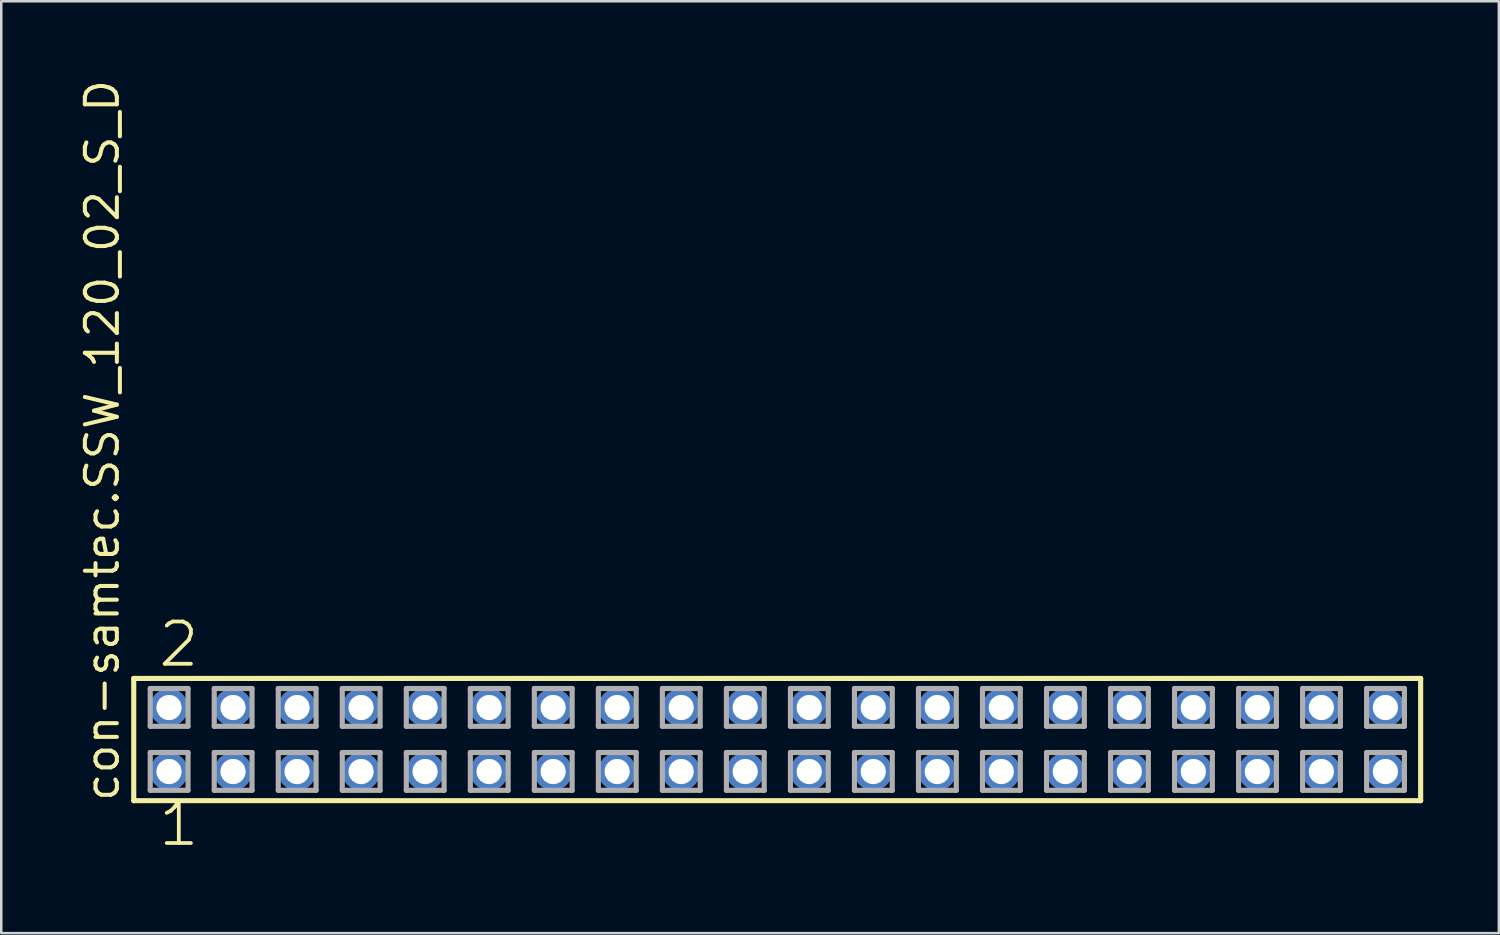
<source format=kicad_pcb>
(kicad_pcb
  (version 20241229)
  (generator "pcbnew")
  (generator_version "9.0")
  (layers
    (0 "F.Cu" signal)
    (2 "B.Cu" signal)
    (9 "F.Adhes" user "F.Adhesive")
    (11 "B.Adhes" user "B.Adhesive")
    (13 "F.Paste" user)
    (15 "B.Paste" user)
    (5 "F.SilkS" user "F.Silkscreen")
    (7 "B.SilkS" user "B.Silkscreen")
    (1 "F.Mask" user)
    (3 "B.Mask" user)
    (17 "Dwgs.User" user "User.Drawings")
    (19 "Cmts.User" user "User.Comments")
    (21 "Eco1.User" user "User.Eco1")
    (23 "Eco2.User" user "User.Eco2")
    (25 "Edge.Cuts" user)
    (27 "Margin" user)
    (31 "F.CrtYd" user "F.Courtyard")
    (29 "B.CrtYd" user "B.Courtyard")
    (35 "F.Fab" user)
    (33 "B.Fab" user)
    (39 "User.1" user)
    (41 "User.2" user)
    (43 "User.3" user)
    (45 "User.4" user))
  (footprint "con-samtec.SSW_120_02_S_D"
    (layer "F.Cu")
    (at 27.785 26.291)
    (property "Reference" "con-samtec.SSW_120_02_S_D" (at -26.035 2.54 90) (layer "F.SilkS") (effects (font (size 1.27 1.27) (thickness 0.16)) (justify left bottom)))
    (attr through_hole)
    (fp_line (start -25.529 -2.425) (end 25.529 -2.425) (stroke (width 0.203) (type default)) (layer "F.SilkS"))
    (fp_line (start -25.529 2.425) (end -25.529 -2.425) (stroke (width 0.203) (type default)) (layer "F.SilkS"))
    (fp_line (start 25.529 -2.425) (end 25.529 2.425) (stroke (width 0.203) (type default)) (layer "F.SilkS"))
    (fp_line (start 25.529 2.425) (end -25.529 2.425) (stroke (width 0.203) (type default)) (layer "F.SilkS"))
    (fp_line (start -24.875 -2.025) (end -23.375 -2.025) (stroke (width 0.203) (type default)) (layer "F.Fab"))
    (fp_line (start -24.875 -0.525) (end -24.875 -2.025) (stroke (width 0.203) (type default)) (layer "F.Fab"))
    (fp_line (start -24.875 0.515) (end -23.375 0.515) (stroke (width 0.203) (type default)) (layer "F.Fab"))
    (fp_line (start -24.875 2.015) (end -24.875 0.515) (stroke (width 0.203) (type default)) (layer "F.Fab"))
    (fp_line (start -23.375 -2.025) (end -23.375 -0.525) (stroke (width 0.203) (type default)) (layer "F.Fab"))
    (fp_line (start -23.375 -0.525) (end -24.875 -0.525) (stroke (width 0.203) (type default)) (layer "F.Fab"))
    (fp_line (start -23.375 0.515) (end -23.375 2.015) (stroke (width 0.203) (type default)) (layer "F.Fab"))
    (fp_line (start -23.375 2.015) (end -24.875 2.015) (stroke (width 0.203) (type default)) (layer "F.Fab"))
    (fp_line (start -22.335 -2.025) (end -20.835 -2.025) (stroke (width 0.203) (type default)) (layer "F.Fab"))
    (fp_line (start -22.335 -0.525) (end -22.335 -2.025) (stroke (width 0.203) (type default)) (layer "F.Fab"))
    (fp_line (start -22.335 0.515) (end -20.835 0.515) (stroke (width 0.203) (type default)) (layer "F.Fab"))
    (fp_line (start -22.335 2.015) (end -22.335 0.515) (stroke (width 0.203) (type default)) (layer "F.Fab"))
    (fp_line (start -20.835 -2.025) (end -20.835 -0.525) (stroke (width 0.203) (type default)) (layer "F.Fab"))
    (fp_line (start -20.835 -0.525) (end -22.335 -0.525) (stroke (width 0.203) (type default)) (layer "F.Fab"))
    (fp_line (start -20.835 0.515) (end -20.835 2.015) (stroke (width 0.203) (type default)) (layer "F.Fab"))
    (fp_line (start -20.835 2.015) (end -22.335 2.015) (stroke (width 0.203) (type default)) (layer "F.Fab"))
    (fp_line (start -19.795 -2.025) (end -18.295 -2.025) (stroke (width 0.203) (type default)) (layer "F.Fab"))
    (fp_line (start -19.795 -0.525) (end -19.795 -2.025) (stroke (width 0.203) (type default)) (layer "F.Fab"))
    (fp_line (start -19.795 0.515) (end -18.295 0.515) (stroke (width 0.203) (type default)) (layer "F.Fab"))
    (fp_line (start -19.795 2.015) (end -19.795 0.515) (stroke (width 0.203) (type default)) (layer "F.Fab"))
    (fp_line (start -18.295 -2.025) (end -18.295 -0.525) (stroke (width 0.203) (type default)) (layer "F.Fab"))
    (fp_line (start -18.295 -0.525) (end -19.795 -0.525) (stroke (width 0.203) (type default)) (layer "F.Fab"))
    (fp_line (start -18.295 0.515) (end -18.295 2.015) (stroke (width 0.203) (type default)) (layer "F.Fab"))
    (fp_line (start -18.295 2.015) (end -19.795 2.015) (stroke (width 0.203) (type default)) (layer "F.Fab"))
    (fp_line (start -17.255 -2.025) (end -15.755 -2.025) (stroke (width 0.203) (type default)) (layer "F.Fab"))
    (fp_line (start -17.255 -0.525) (end -17.255 -2.025) (stroke (width 0.203) (type default)) (layer "F.Fab"))
    (fp_line (start -17.255 0.515) (end -15.755 0.515) (stroke (width 0.203) (type default)) (layer "F.Fab"))
    (fp_line (start -17.255 2.015) (end -17.255 0.515) (stroke (width 0.203) (type default)) (layer "F.Fab"))
    (fp_line (start -15.755 -2.025) (end -15.755 -0.525) (stroke (width 0.203) (type default)) (layer "F.Fab"))
    (fp_line (start -15.755 -0.525) (end -17.255 -0.525) (stroke (width 0.203) (type default)) (layer "F.Fab"))
    (fp_line (start -15.755 0.515) (end -15.755 2.015) (stroke (width 0.203) (type default)) (layer "F.Fab"))
    (fp_line (start -15.755 2.015) (end -17.255 2.015) (stroke (width 0.203) (type default)) (layer "F.Fab"))
    (fp_line (start -14.715 -2.025) (end -13.215 -2.025) (stroke (width 0.203) (type default)) (layer "F.Fab"))
    (fp_line (start -14.715 -0.525) (end -14.715 -2.025) (stroke (width 0.203) (type default)) (layer "F.Fab"))
    (fp_line (start -14.715 0.515) (end -13.215 0.515) (stroke (width 0.203) (type default)) (layer "F.Fab"))
    (fp_line (start -14.715 2.015) (end -14.715 0.515) (stroke (width 0.203) (type default)) (layer "F.Fab"))
    (fp_line (start -13.215 -2.025) (end -13.215 -0.525) (stroke (width 0.203) (type default)) (layer "F.Fab"))
    (fp_line (start -13.215 -0.525) (end -14.715 -0.525) (stroke (width 0.203) (type default)) (layer "F.Fab"))
    (fp_line (start -13.215 0.515) (end -13.215 2.015) (stroke (width 0.203) (type default)) (layer "F.Fab"))
    (fp_line (start -13.215 2.015) (end -14.715 2.015) (stroke (width 0.203) (type default)) (layer "F.Fab"))
    (fp_line (start -12.175 -2.025) (end -10.675 -2.025) (stroke (width 0.203) (type default)) (layer "F.Fab"))
    (fp_line (start -12.175 -0.525) (end -12.175 -2.025) (stroke (width 0.203) (type default)) (layer "F.Fab"))
    (fp_line (start -12.175 0.515) (end -10.675 0.515) (stroke (width 0.203) (type default)) (layer "F.Fab"))
    (fp_line (start -12.175 2.015) (end -12.175 0.515) (stroke (width 0.203) (type default)) (layer "F.Fab"))
    (fp_line (start -10.675 -2.025) (end -10.675 -0.525) (stroke (width 0.203) (type default)) (layer "F.Fab"))
    (fp_line (start -10.675 -0.525) (end -12.175 -0.525) (stroke (width 0.203) (type default)) (layer "F.Fab"))
    (fp_line (start -10.675 0.515) (end -10.675 2.015) (stroke (width 0.203) (type default)) (layer "F.Fab"))
    (fp_line (start -10.675 2.015) (end -12.175 2.015) (stroke (width 0.203) (type default)) (layer "F.Fab"))
    (fp_line (start -9.635 -2.025) (end -8.135 -2.025) (stroke (width 0.203) (type default)) (layer "F.Fab"))
    (fp_line (start -9.635 -0.525) (end -9.635 -2.025) (stroke (width 0.203) (type default)) (layer "F.Fab"))
    (fp_line (start -9.635 0.515) (end -8.135 0.515) (stroke (width 0.203) (type default)) (layer "F.Fab"))
    (fp_line (start -9.635 2.015) (end -9.635 0.515) (stroke (width 0.203) (type default)) (layer "F.Fab"))
    (fp_line (start -8.135 -2.025) (end -8.135 -0.525) (stroke (width 0.203) (type default)) (layer "F.Fab"))
    (fp_line (start -8.135 -0.525) (end -9.635 -0.525) (stroke (width 0.203) (type default)) (layer "F.Fab"))
    (fp_line (start -8.135 0.515) (end -8.135 2.015) (stroke (width 0.203) (type default)) (layer "F.Fab"))
    (fp_line (start -8.135 2.015) (end -9.635 2.015) (stroke (width 0.203) (type default)) (layer "F.Fab"))
    (fp_line (start -7.095 -2.025) (end -5.595 -2.025) (stroke (width 0.203) (type default)) (layer "F.Fab"))
    (fp_line (start -7.095 -0.525) (end -7.095 -2.025) (stroke (width 0.203) (type default)) (layer "F.Fab"))
    (fp_line (start -7.095 0.515) (end -5.595 0.515) (stroke (width 0.203) (type default)) (layer "F.Fab"))
    (fp_line (start -7.095 2.015) (end -7.095 0.515) (stroke (width 0.203) (type default)) (layer "F.Fab"))
    (fp_line (start -5.595 -2.025) (end -5.595 -0.525) (stroke (width 0.203) (type default)) (layer "F.Fab"))
    (fp_line (start -5.595 -0.525) (end -7.095 -0.525) (stroke (width 0.203) (type default)) (layer "F.Fab"))
    (fp_line (start -5.595 0.515) (end -5.595 2.015) (stroke (width 0.203) (type default)) (layer "F.Fab"))
    (fp_line (start -5.595 2.015) (end -7.095 2.015) (stroke (width 0.203) (type default)) (layer "F.Fab"))
    (fp_line (start -4.555 -2.025) (end -3.055 -2.025) (stroke (width 0.203) (type default)) (layer "F.Fab"))
    (fp_line (start -4.555 -0.525) (end -4.555 -2.025) (stroke (width 0.203) (type default)) (layer "F.Fab"))
    (fp_line (start -4.555 0.515) (end -3.055 0.515) (stroke (width 0.203) (type default)) (layer "F.Fab"))
    (fp_line (start -4.555 2.015) (end -4.555 0.515) (stroke (width 0.203) (type default)) (layer "F.Fab"))
    (fp_line (start -3.055 -2.025) (end -3.055 -0.525) (stroke (width 0.203) (type default)) (layer "F.Fab"))
    (fp_line (start -3.055 -0.525) (end -4.555 -0.525) (stroke (width 0.203) (type default)) (layer "F.Fab"))
    (fp_line (start -3.055 0.515) (end -3.055 2.015) (stroke (width 0.203) (type default)) (layer "F.Fab"))
    (fp_line (start -3.055 2.015) (end -4.555 2.015) (stroke (width 0.203) (type default)) (layer "F.Fab"))
    (fp_line (start -2.015 -2.025) (end -0.515 -2.025) (stroke (width 0.203) (type default)) (layer "F.Fab"))
    (fp_line (start -2.015 -0.525) (end -2.015 -2.025) (stroke (width 0.203) (type default)) (layer "F.Fab"))
    (fp_line (start -2.015 0.515) (end -0.515 0.515) (stroke (width 0.203) (type default)) (layer "F.Fab"))
    (fp_line (start -2.015 2.015) (end -2.015 0.515) (stroke (width 0.203) (type default)) (layer "F.Fab"))
    (fp_line (start -0.515 -2.025) (end -0.515 -0.525) (stroke (width 0.203) (type default)) (layer "F.Fab"))
    (fp_line (start -0.515 -0.525) (end -2.015 -0.525) (stroke (width 0.203) (type default)) (layer "F.Fab"))
    (fp_line (start -0.515 0.515) (end -0.515 2.015) (stroke (width 0.203) (type default)) (layer "F.Fab"))
    (fp_line (start -0.515 2.015) (end -2.015 2.015) (stroke (width 0.203) (type default)) (layer "F.Fab"))
    (fp_line (start 0.525 -2.025) (end 2.025 -2.025) (stroke (width 0.203) (type default)) (layer "F.Fab"))
    (fp_line (start 0.525 -0.525) (end 0.525 -2.025) (stroke (width 0.203) (type default)) (layer "F.Fab"))
    (fp_line (start 0.525 0.515) (end 2.025 0.515) (stroke (width 0.203) (type default)) (layer "F.Fab"))
    (fp_line (start 0.525 2.015) (end 0.525 0.515) (stroke (width 0.203) (type default)) (layer "F.Fab"))
    (fp_line (start 2.025 -2.025) (end 2.025 -0.525) (stroke (width 0.203) (type default)) (layer "F.Fab"))
    (fp_line (start 2.025 -0.525) (end 0.525 -0.525) (stroke (width 0.203) (type default)) (layer "F.Fab"))
    (fp_line (start 2.025 0.515) (end 2.025 2.015) (stroke (width 0.203) (type default)) (layer "F.Fab"))
    (fp_line (start 2.025 2.015) (end 0.525 2.015) (stroke (width 0.203) (type default)) (layer "F.Fab"))
    (fp_line (start 3.065 -2.025) (end 4.565 -2.025) (stroke (width 0.203) (type default)) (layer "F.Fab"))
    (fp_line (start 3.065 -0.525) (end 3.065 -2.025) (stroke (width 0.203) (type default)) (layer "F.Fab"))
    (fp_line (start 3.065 0.515) (end 4.565 0.515) (stroke (width 0.203) (type default)) (layer "F.Fab"))
    (fp_line (start 3.065 2.015) (end 3.065 0.515) (stroke (width 0.203) (type default)) (layer "F.Fab"))
    (fp_line (start 4.565 -2.025) (end 4.565 -0.525) (stroke (width 0.203) (type default)) (layer "F.Fab"))
    (fp_line (start 4.565 -0.525) (end 3.065 -0.525) (stroke (width 0.203) (type default)) (layer "F.Fab"))
    (fp_line (start 4.565 0.515) (end 4.565 2.015) (stroke (width 0.203) (type default)) (layer "F.Fab"))
    (fp_line (start 4.565 2.015) (end 3.065 2.015) (stroke (width 0.203) (type default)) (layer "F.Fab"))
    (fp_line (start 5.605 -2.025) (end 7.105 -2.025) (stroke (width 0.203) (type default)) (layer "F.Fab"))
    (fp_line (start 5.605 -0.525) (end 5.605 -2.025) (stroke (width 0.203) (type default)) (layer "F.Fab"))
    (fp_line (start 5.605 0.515) (end 7.105 0.515) (stroke (width 0.203) (type default)) (layer "F.Fab"))
    (fp_line (start 5.605 2.015) (end 5.605 0.515) (stroke (width 0.203) (type default)) (layer "F.Fab"))
    (fp_line (start 7.105 -2.025) (end 7.105 -0.525) (stroke (width 0.203) (type default)) (layer "F.Fab"))
    (fp_line (start 7.105 -0.525) (end 5.605 -0.525) (stroke (width 0.203) (type default)) (layer "F.Fab"))
    (fp_line (start 7.105 0.515) (end 7.105 2.015) (stroke (width 0.203) (type default)) (layer "F.Fab"))
    (fp_line (start 7.105 2.015) (end 5.605 2.015) (stroke (width 0.203) (type default)) (layer "F.Fab"))
    (fp_line (start 8.145 -2.025) (end 9.645 -2.025) (stroke (width 0.203) (type default)) (layer "F.Fab"))
    (fp_line (start 8.145 -0.525) (end 8.145 -2.025) (stroke (width 0.203) (type default)) (layer "F.Fab"))
    (fp_line (start 8.145 0.515) (end 9.645 0.515) (stroke (width 0.203) (type default)) (layer "F.Fab"))
    (fp_line (start 8.145 2.015) (end 8.145 0.515) (stroke (width 0.203) (type default)) (layer "F.Fab"))
    (fp_line (start 9.645 -2.025) (end 9.645 -0.525) (stroke (width 0.203) (type default)) (layer "F.Fab"))
    (fp_line (start 9.645 -0.525) (end 8.145 -0.525) (stroke (width 0.203) (type default)) (layer "F.Fab"))
    (fp_line (start 9.645 0.515) (end 9.645 2.015) (stroke (width 0.203) (type default)) (layer "F.Fab"))
    (fp_line (start 9.645 2.015) (end 8.145 2.015) (stroke (width 0.203) (type default)) (layer "F.Fab"))
    (fp_line (start 10.685 -2.025) (end 12.185 -2.025) (stroke (width 0.203) (type default)) (layer "F.Fab"))
    (fp_line (start 10.685 -0.525) (end 10.685 -2.025) (stroke (width 0.203) (type default)) (layer "F.Fab"))
    (fp_line (start 10.685 0.515) (end 12.185 0.515) (stroke (width 0.203) (type default)) (layer "F.Fab"))
    (fp_line (start 10.685 2.015) (end 10.685 0.515) (stroke (width 0.203) (type default)) (layer "F.Fab"))
    (fp_line (start 12.185 -2.025) (end 12.185 -0.525) (stroke (width 0.203) (type default)) (layer "F.Fab"))
    (fp_line (start 12.185 -0.525) (end 10.685 -0.525) (stroke (width 0.203) (type default)) (layer "F.Fab"))
    (fp_line (start 12.185 0.515) (end 12.185 2.015) (stroke (width 0.203) (type default)) (layer "F.Fab"))
    (fp_line (start 12.185 2.015) (end 10.685 2.015) (stroke (width 0.203) (type default)) (layer "F.Fab"))
    (fp_line (start 13.225 -2.025) (end 14.725 -2.025) (stroke (width 0.203) (type default)) (layer "F.Fab"))
    (fp_line (start 13.225 -0.525) (end 13.225 -2.025) (stroke (width 0.203) (type default)) (layer "F.Fab"))
    (fp_line (start 13.225 0.515) (end 14.725 0.515) (stroke (width 0.203) (type default)) (layer "F.Fab"))
    (fp_line (start 13.225 2.015) (end 13.225 0.515) (stroke (width 0.203) (type default)) (layer "F.Fab"))
    (fp_line (start 14.725 -2.025) (end 14.725 -0.525) (stroke (width 0.203) (type default)) (layer "F.Fab"))
    (fp_line (start 14.725 -0.525) (end 13.225 -0.525) (stroke (width 0.203) (type default)) (layer "F.Fab"))
    (fp_line (start 14.725 0.515) (end 14.725 2.015) (stroke (width 0.203) (type default)) (layer "F.Fab"))
    (fp_line (start 14.725 2.015) (end 13.225 2.015) (stroke (width 0.203) (type default)) (layer "F.Fab"))
    (fp_line (start 15.765 -2.025) (end 17.265 -2.025) (stroke (width 0.203) (type default)) (layer "F.Fab"))
    (fp_line (start 15.765 -0.525) (end 15.765 -2.025) (stroke (width 0.203) (type default)) (layer "F.Fab"))
    (fp_line (start 15.765 0.515) (end 17.265 0.515) (stroke (width 0.203) (type default)) (layer "F.Fab"))
    (fp_line (start 15.765 2.015) (end 15.765 0.515) (stroke (width 0.203) (type default)) (layer "F.Fab"))
    (fp_line (start 17.265 -2.025) (end 17.265 -0.525) (stroke (width 0.203) (type default)) (layer "F.Fab"))
    (fp_line (start 17.265 -0.525) (end 15.765 -0.525) (stroke (width 0.203) (type default)) (layer "F.Fab"))
    (fp_line (start 17.265 0.515) (end 17.265 2.015) (stroke (width 0.203) (type default)) (layer "F.Fab"))
    (fp_line (start 17.265 2.015) (end 15.765 2.015) (stroke (width 0.203) (type default)) (layer "F.Fab"))
    (fp_line (start 18.305 -2.025) (end 19.805 -2.025) (stroke (width 0.203) (type default)) (layer "F.Fab"))
    (fp_line (start 18.305 -0.525) (end 18.305 -2.025) (stroke (width 0.203) (type default)) (layer "F.Fab"))
    (fp_line (start 18.305 0.515) (end 19.805 0.515) (stroke (width 0.203) (type default)) (layer "F.Fab"))
    (fp_line (start 18.305 2.015) (end 18.305 0.515) (stroke (width 0.203) (type default)) (layer "F.Fab"))
    (fp_line (start 19.805 -2.025) (end 19.805 -0.525) (stroke (width 0.203) (type default)) (layer "F.Fab"))
    (fp_line (start 19.805 -0.525) (end 18.305 -0.525) (stroke (width 0.203) (type default)) (layer "F.Fab"))
    (fp_line (start 19.805 0.515) (end 19.805 2.015) (stroke (width 0.203) (type default)) (layer "F.Fab"))
    (fp_line (start 19.805 2.015) (end 18.305 2.015) (stroke (width 0.203) (type default)) (layer "F.Fab"))
    (fp_line (start 20.845 -2.025) (end 22.345 -2.025) (stroke (width 0.203) (type default)) (layer "F.Fab"))
    (fp_line (start 20.845 -0.525) (end 20.845 -2.025) (stroke (width 0.203) (type default)) (layer "F.Fab"))
    (fp_line (start 20.845 0.515) (end 22.345 0.515) (stroke (width 0.203) (type default)) (layer "F.Fab"))
    (fp_line (start 20.845 2.015) (end 20.845 0.515) (stroke (width 0.203) (type default)) (layer "F.Fab"))
    (fp_line (start 22.345 -2.025) (end 22.345 -0.525) (stroke (width 0.203) (type default)) (layer "F.Fab"))
    (fp_line (start 22.345 -0.525) (end 20.845 -0.525) (stroke (width 0.203) (type default)) (layer "F.Fab"))
    (fp_line (start 22.345 0.515) (end 22.345 2.015) (stroke (width 0.203) (type default)) (layer "F.Fab"))
    (fp_line (start 22.345 2.015) (end 20.845 2.015) (stroke (width 0.203) (type default)) (layer "F.Fab"))
    (fp_line (start 23.385 -2.025) (end 24.885 -2.025) (stroke (width 0.203) (type default)) (layer "F.Fab"))
    (fp_line (start 23.385 -0.525) (end 23.385 -2.025) (stroke (width 0.203) (type default)) (layer "F.Fab"))
    (fp_line (start 23.385 0.515) (end 24.885 0.515) (stroke (width 0.203) (type default)) (layer "F.Fab"))
    (fp_line (start 23.385 2.015) (end 23.385 0.515) (stroke (width 0.203) (type default)) (layer "F.Fab"))
    (fp_line (start 24.885 -2.025) (end 24.885 -0.525) (stroke (width 0.203) (type default)) (layer "F.Fab"))
    (fp_line (start 24.885 -0.525) (end 23.385 -0.525) (stroke (width 0.203) (type default)) (layer "F.Fab"))
    (fp_line (start 24.885 0.515) (end 24.885 2.015) (stroke (width 0.203) (type default)) (layer "F.Fab"))
    (fp_line (start 24.885 2.015) (end 23.385 2.015) (stroke (width 0.203) (type default)) (layer "F.Fab"))
    (fp_text user "2" (at -24.638 -2.794 0) (layer "F.SilkS") (effects (font (size 1.676 1.676) (thickness 0.15)) (justify left bottom)))
    (fp_text user "1" (at -24.638 4.318 0) (layer "F.SilkS") (effects (font (size 1.676 1.676) (thickness 0.15)) (justify left bottom)))
    (pad "1" thru_hole circle (at -24.13 1.27) (size 1.5 1.5) (drill 1) (layers "*.Cu" "*.Mask"))
    (pad "2" thru_hole circle (at -24.13 -1.27) (size 1.5 1.5) (drill 1) (layers "*.Cu" "*.Mask"))
    (pad "3" thru_hole circle (at -21.59 1.27) (size 1.5 1.5) (drill 1) (layers "*.Cu" "*.Mask"))
    (pad "4" thru_hole circle (at -21.59 -1.27) (size 1.5 1.5) (drill 1) (layers "*.Cu" "*.Mask"))
    (pad "5" thru_hole circle (at -19.05 1.27) (size 1.5 1.5) (drill 1) (layers "*.Cu" "*.Mask"))
    (pad "6" thru_hole circle (at -19.05 -1.27) (size 1.5 1.5) (drill 1) (layers "*.Cu" "*.Mask"))
    (pad "7" thru_hole circle (at -16.51 1.27) (size 1.5 1.5) (drill 1) (layers "*.Cu" "*.Mask"))
    (pad "8" thru_hole circle (at -16.51 -1.27) (size 1.5 1.5) (drill 1) (layers "*.Cu" "*.Mask"))
    (pad "9" thru_hole circle (at -13.97 1.27) (size 1.5 1.5) (drill 1) (layers "*.Cu" "*.Mask"))
    (pad "10" thru_hole circle (at -13.97 -1.27) (size 1.5 1.5) (drill 1) (layers "*.Cu" "*.Mask"))
    (pad "11" thru_hole circle (at -11.43 1.27) (size 1.5 1.5) (drill 1) (layers "*.Cu" "*.Mask"))
    (pad "12" thru_hole circle (at -11.43 -1.27) (size 1.5 1.5) (drill 1) (layers "*.Cu" "*.Mask"))
    (pad "13" thru_hole circle (at -8.89 1.27) (size 1.5 1.5) (drill 1) (layers "*.Cu" "*.Mask"))
    (pad "14" thru_hole circle (at -8.89 -1.27) (size 1.5 1.5) (drill 1) (layers "*.Cu" "*.Mask"))
    (pad "15" thru_hole circle (at -6.35 1.27) (size 1.5 1.5) (drill 1) (layers "*.Cu" "*.Mask"))
    (pad "16" thru_hole circle (at -6.35 -1.27) (size 1.5 1.5) (drill 1) (layers "*.Cu" "*.Mask"))
    (pad "17" thru_hole circle (at -3.81 1.27) (size 1.5 1.5) (drill 1) (layers "*.Cu" "*.Mask"))
    (pad "18" thru_hole circle (at -3.81 -1.27) (size 1.5 1.5) (drill 1) (layers "*.Cu" "*.Mask"))
    (pad "19" thru_hole circle (at -1.27 1.27) (size 1.5 1.5) (drill 1) (layers "*.Cu" "*.Mask"))
    (pad "20" thru_hole circle (at -1.27 -1.27) (size 1.5 1.5) (drill 1) (layers "*.Cu" "*.Mask"))
    (pad "21" thru_hole circle (at 1.27 1.27) (size 1.5 1.5) (drill 1) (layers "*.Cu" "*.Mask"))
    (pad "22" thru_hole circle (at 1.27 -1.27) (size 1.5 1.5) (drill 1) (layers "*.Cu" "*.Mask"))
    (pad "23" thru_hole circle (at 3.81 1.27) (size 1.5 1.5) (drill 1) (layers "*.Cu" "*.Mask"))
    (pad "24" thru_hole circle (at 3.81 -1.27) (size 1.5 1.5) (drill 1) (layers "*.Cu" "*.Mask"))
    (pad "25" thru_hole circle (at 6.35 1.27) (size 1.5 1.5) (drill 1) (layers "*.Cu" "*.Mask"))
    (pad "26" thru_hole circle (at 6.35 -1.27) (size 1.5 1.5) (drill 1) (layers "*.Cu" "*.Mask"))
    (pad "27" thru_hole circle (at 8.89 1.27) (size 1.5 1.5) (drill 1) (layers "*.Cu" "*.Mask"))
    (pad "28" thru_hole circle (at 8.89 -1.27) (size 1.5 1.5) (drill 1) (layers "*.Cu" "*.Mask"))
    (pad "29" thru_hole circle (at 11.43 1.27) (size 1.5 1.5) (drill 1) (layers "*.Cu" "*.Mask"))
    (pad "30" thru_hole circle (at 11.43 -1.27) (size 1.5 1.5) (drill 1) (layers "*.Cu" "*.Mask"))
    (pad "31" thru_hole circle (at 13.97 1.27) (size 1.5 1.5) (drill 1) (layers "*.Cu" "*.Mask"))
    (pad "32" thru_hole circle (at 13.97 -1.27) (size 1.5 1.5) (drill 1) (layers "*.Cu" "*.Mask"))
    (pad "33" thru_hole circle (at 16.51 1.27) (size 1.5 1.5) (drill 1) (layers "*.Cu" "*.Mask"))
    (pad "34" thru_hole circle (at 16.51 -1.27) (size 1.5 1.5) (drill 1) (layers "*.Cu" "*.Mask"))
    (pad "35" thru_hole circle (at 19.05 1.27) (size 1.5 1.5) (drill 1) (layers "*.Cu" "*.Mask"))
    (pad "36" thru_hole circle (at 19.05 -1.27) (size 1.5 1.5) (drill 1) (layers "*.Cu" "*.Mask"))
    (pad "37" thru_hole circle (at 21.59 1.27) (size 1.5 1.5) (drill 1) (layers "*.Cu" "*.Mask"))
    (pad "38" thru_hole circle (at 21.59 -1.27) (size 1.5 1.5) (drill 1) (layers "*.Cu" "*.Mask"))
    (pad "39" thru_hole circle (at 24.13 1.27) (size 1.5 1.5) (drill 1) (layers "*.Cu" "*.Mask"))
    (pad "40" thru_hole circle (at 24.13 -1.27) (size 1.5 1.5) (drill 1) (layers "*.Cu" "*.Mask")))
  (gr_rect
    (start -3 -3)
    (end 56.416 33.971)
    (stroke (width 0.1) (type default))
    (fill no)
    (layer "Edge.Cuts")))
</source>
